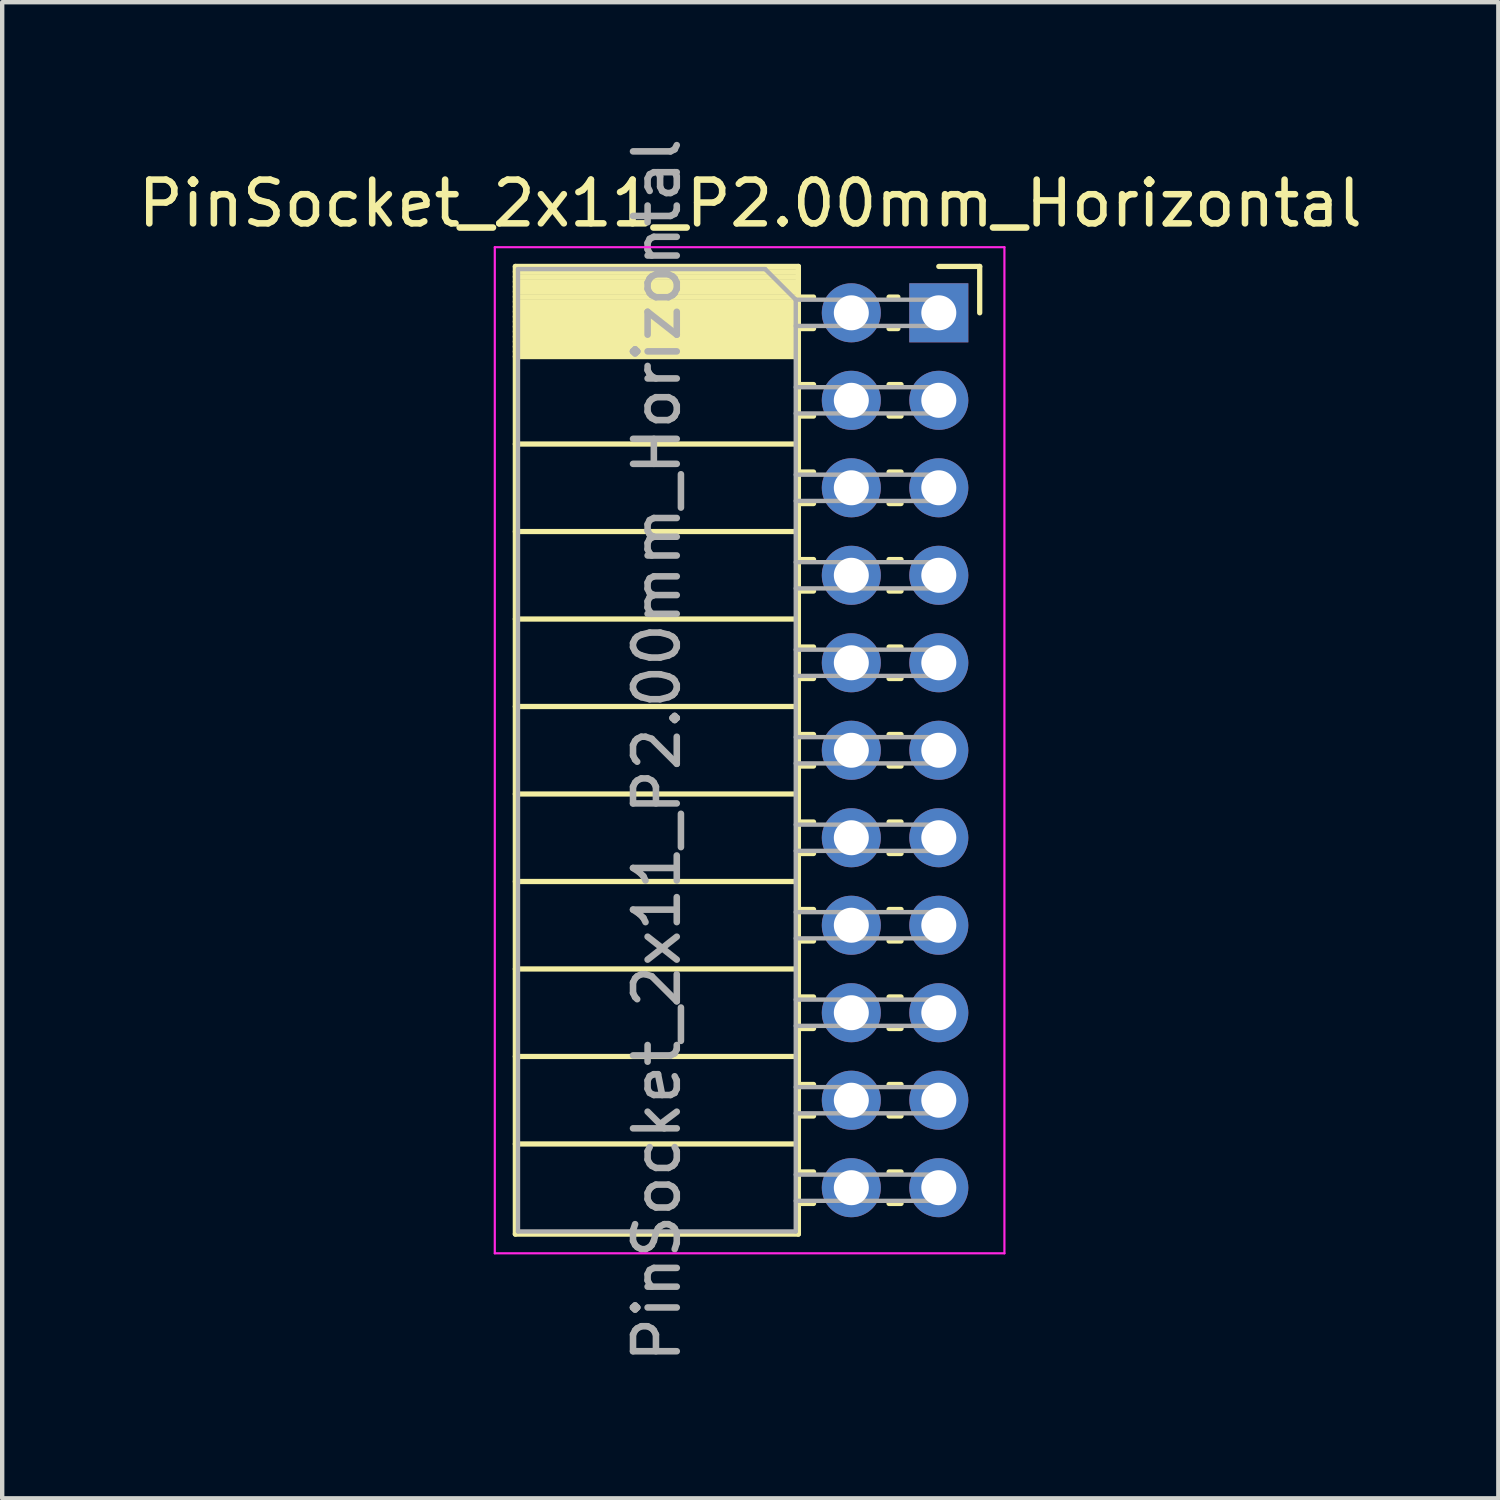
<source format=kicad_pcb>
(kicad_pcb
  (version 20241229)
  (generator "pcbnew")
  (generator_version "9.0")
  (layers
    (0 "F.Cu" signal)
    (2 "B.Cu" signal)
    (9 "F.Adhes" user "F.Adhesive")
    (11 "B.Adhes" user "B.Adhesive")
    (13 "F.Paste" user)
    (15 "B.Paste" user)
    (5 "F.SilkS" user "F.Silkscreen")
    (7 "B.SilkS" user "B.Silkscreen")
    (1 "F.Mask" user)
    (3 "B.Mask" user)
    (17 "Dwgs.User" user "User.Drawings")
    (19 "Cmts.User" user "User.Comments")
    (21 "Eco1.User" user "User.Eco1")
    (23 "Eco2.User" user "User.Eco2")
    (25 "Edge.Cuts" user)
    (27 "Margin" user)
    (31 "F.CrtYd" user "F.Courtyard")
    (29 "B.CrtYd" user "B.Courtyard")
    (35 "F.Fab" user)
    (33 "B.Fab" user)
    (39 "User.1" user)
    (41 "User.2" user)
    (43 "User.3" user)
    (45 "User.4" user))
  (footprint "PinSocket_2x11_P2.00mm_Horizontal"
    (layer "F.Cu")
    (at 18.411 4.101)
    (property "Reference" "PinSocket_2x11_P2.00mm_Horizontal" (at -4.31 -2.5 0) (layer "F.SilkS") (effects (font (size 1 1) (thickness 0.15))))
    (attr through_hole)
    (fp_line (start -9.68 -1.06) (end -9.68 21.06) (stroke (width 0.12) (type solid)) (layer "F.SilkS"))
    (fp_line (start -9.68 -1.06) (end -3.21 -1.06) (stroke (width 0.12) (type solid)) (layer "F.SilkS"))
    (fp_line (start -9.68 -0.94) (end -3.21 -0.94) (stroke (width 0.12) (type solid)) (layer "F.SilkS"))
    (fp_line (start -9.68 -0.826) (end -3.21 -0.826) (stroke (width 0.12) (type solid)) (layer "F.SilkS"))
    (fp_line (start -9.68 -0.712) (end -3.21 -0.712) (stroke (width 0.12) (type solid)) (layer "F.SilkS"))
    (fp_line (start -9.68 -0.598) (end -3.21 -0.598) (stroke (width 0.12) (type solid)) (layer "F.SilkS"))
    (fp_line (start -9.68 -0.484) (end -3.21 -0.484) (stroke (width 0.12) (type solid)) (layer "F.SilkS"))
    (fp_line (start -9.68 -0.369) (end -3.21 -0.369) (stroke (width 0.12) (type solid)) (layer "F.SilkS"))
    (fp_line (start -9.68 -0.255) (end -3.21 -0.255) (stroke (width 0.12) (type solid)) (layer "F.SilkS"))
    (fp_line (start -9.68 -0.141) (end -3.21 -0.141) (stroke (width 0.12) (type solid)) (layer "F.SilkS"))
    (fp_line (start -9.68 -0.027) (end -3.21 -0.027) (stroke (width 0.12) (type solid)) (layer "F.SilkS"))
    (fp_line (start -9.68 0.087) (end -3.21 0.087) (stroke (width 0.12) (type solid)) (layer "F.SilkS"))
    (fp_line (start -9.68 0.201) (end -3.21 0.201) (stroke (width 0.12) (type solid)) (layer "F.SilkS"))
    (fp_line (start -9.68 0.315) (end -3.21 0.315) (stroke (width 0.12) (type solid)) (layer "F.SilkS"))
    (fp_line (start -9.68 0.429) (end -3.21 0.429) (stroke (width 0.12) (type solid)) (layer "F.SilkS"))
    (fp_line (start -9.68 0.544) (end -3.21 0.544) (stroke (width 0.12) (type solid)) (layer "F.SilkS"))
    (fp_line (start -9.68 0.658) (end -3.21 0.658) (stroke (width 0.12) (type solid)) (layer "F.SilkS"))
    (fp_line (start -9.68 0.772) (end -3.21 0.772) (stroke (width 0.12) (type solid)) (layer "F.SilkS"))
    (fp_line (start -9.68 0.886) (end -3.21 0.886) (stroke (width 0.12) (type solid)) (layer "F.SilkS"))
    (fp_line (start -9.68 1) (end -3.21 1) (stroke (width 0.12) (type solid)) (layer "F.SilkS"))
    (fp_line (start -9.68 3) (end -3.21 3) (stroke (width 0.12) (type solid)) (layer "F.SilkS"))
    (fp_line (start -9.68 5) (end -3.21 5) (stroke (width 0.12) (type solid)) (layer "F.SilkS"))
    (fp_line (start -9.68 7) (end -3.21 7) (stroke (width 0.12) (type solid)) (layer "F.SilkS"))
    (fp_line (start -9.68 9) (end -3.21 9) (stroke (width 0.12) (type solid)) (layer "F.SilkS"))
    (fp_line (start -9.68 11) (end -3.21 11) (stroke (width 0.12) (type solid)) (layer "F.SilkS"))
    (fp_line (start -9.68 13) (end -3.21 13) (stroke (width 0.12) (type solid)) (layer "F.SilkS"))
    (fp_line (start -9.68 15) (end -3.21 15) (stroke (width 0.12) (type solid)) (layer "F.SilkS"))
    (fp_line (start -9.68 17) (end -3.21 17) (stroke (width 0.12) (type solid)) (layer "F.SilkS"))
    (fp_line (start -9.68 19) (end -3.21 19) (stroke (width 0.12) (type solid)) (layer "F.SilkS"))
    (fp_line (start -9.68 21.06) (end -3.21 21.06) (stroke (width 0.12) (type solid)) (layer "F.SilkS"))
    (fp_line (start -3.21 -1.06) (end -3.21 21.06) (stroke (width 0.12) (type solid)) (layer "F.SilkS"))
    (fp_line (start -3.21 -0.36) (end -2.863 -0.36) (stroke (width 0.12) (type solid)) (layer "F.SilkS"))
    (fp_line (start -3.21 0.36) (end -2.863 0.36) (stroke (width 0.12) (type solid)) (layer "F.SilkS"))
    (fp_line (start -3.21 1.64) (end -2.863 1.64) (stroke (width 0.12) (type solid)) (layer "F.SilkS"))
    (fp_line (start -3.21 2.36) (end -2.863 2.36) (stroke (width 0.12) (type solid)) (layer "F.SilkS"))
    (fp_line (start -3.21 3.64) (end -2.863 3.64) (stroke (width 0.12) (type solid)) (layer "F.SilkS"))
    (fp_line (start -3.21 4.36) (end -2.863 4.36) (stroke (width 0.12) (type solid)) (layer "F.SilkS"))
    (fp_line (start -3.21 5.64) (end -2.863 5.64) (stroke (width 0.12) (type solid)) (layer "F.SilkS"))
    (fp_line (start -3.21 6.36) (end -2.863 6.36) (stroke (width 0.12) (type solid)) (layer "F.SilkS"))
    (fp_line (start -3.21 7.64) (end -2.863 7.64) (stroke (width 0.12) (type solid)) (layer "F.SilkS"))
    (fp_line (start -3.21 8.36) (end -2.863 8.36) (stroke (width 0.12) (type solid)) (layer "F.SilkS"))
    (fp_line (start -3.21 9.64) (end -2.863 9.64) (stroke (width 0.12) (type solid)) (layer "F.SilkS"))
    (fp_line (start -3.21 10.36) (end -2.863 10.36) (stroke (width 0.12) (type solid)) (layer "F.SilkS"))
    (fp_line (start -3.21 11.64) (end -2.863 11.64) (stroke (width 0.12) (type solid)) (layer "F.SilkS"))
    (fp_line (start -3.21 12.36) (end -2.863 12.36) (stroke (width 0.12) (type solid)) (layer "F.SilkS"))
    (fp_line (start -3.21 13.64) (end -2.863 13.64) (stroke (width 0.12) (type solid)) (layer "F.SilkS"))
    (fp_line (start -3.21 14.36) (end -2.863 14.36) (stroke (width 0.12) (type solid)) (layer "F.SilkS"))
    (fp_line (start -3.21 15.64) (end -2.863 15.64) (stroke (width 0.12) (type solid)) (layer "F.SilkS"))
    (fp_line (start -3.21 16.36) (end -2.863 16.36) (stroke (width 0.12) (type solid)) (layer "F.SilkS"))
    (fp_line (start -3.21 17.64) (end -2.863 17.64) (stroke (width 0.12) (type solid)) (layer "F.SilkS"))
    (fp_line (start -3.21 18.36) (end -2.863 18.36) (stroke (width 0.12) (type solid)) (layer "F.SilkS"))
    (fp_line (start -3.21 19.64) (end -2.863 19.64) (stroke (width 0.12) (type solid)) (layer "F.SilkS"))
    (fp_line (start -3.21 20.36) (end -2.863 20.36) (stroke (width 0.12) (type solid)) (layer "F.SilkS"))
    (fp_line (start -1.137 -0.36) (end -0.935 -0.36) (stroke (width 0.12) (type solid)) (layer "F.SilkS"))
    (fp_line (start -1.137 0.36) (end -0.935 0.36) (stroke (width 0.12) (type solid)) (layer "F.SilkS"))
    (fp_line (start -1.137 1.64) (end -0.863 1.64) (stroke (width 0.12) (type solid)) (layer "F.SilkS"))
    (fp_line (start -1.137 2.36) (end -0.863 2.36) (stroke (width 0.12) (type solid)) (layer "F.SilkS"))
    (fp_line (start -1.137 3.64) (end -0.863 3.64) (stroke (width 0.12) (type solid)) (layer "F.SilkS"))
    (fp_line (start -1.137 4.36) (end -0.863 4.36) (stroke (width 0.12) (type solid)) (layer "F.SilkS"))
    (fp_line (start -1.137 5.64) (end -0.863 5.64) (stroke (width 0.12) (type solid)) (layer "F.SilkS"))
    (fp_line (start -1.137 6.36) (end -0.863 6.36) (stroke (width 0.12) (type solid)) (layer "F.SilkS"))
    (fp_line (start -1.137 7.64) (end -0.863 7.64) (stroke (width 0.12) (type solid)) (layer "F.SilkS"))
    (fp_line (start -1.137 8.36) (end -0.863 8.36) (stroke (width 0.12) (type solid)) (layer "F.SilkS"))
    (fp_line (start -1.137 9.64) (end -0.863 9.64) (stroke (width 0.12) (type solid)) (layer "F.SilkS"))
    (fp_line (start -1.137 10.36) (end -0.863 10.36) (stroke (width 0.12) (type solid)) (layer "F.SilkS"))
    (fp_line (start -1.137 11.64) (end -0.863 11.64) (stroke (width 0.12) (type solid)) (layer "F.SilkS"))
    (fp_line (start -1.137 12.36) (end -0.863 12.36) (stroke (width 0.12) (type solid)) (layer "F.SilkS"))
    (fp_line (start -1.137 13.64) (end -0.863 13.64) (stroke (width 0.12) (type solid)) (layer "F.SilkS"))
    (fp_line (start -1.137 14.36) (end -0.863 14.36) (stroke (width 0.12) (type solid)) (layer "F.SilkS"))
    (fp_line (start -1.137 15.64) (end -0.863 15.64) (stroke (width 0.12) (type solid)) (layer "F.SilkS"))
    (fp_line (start -1.137 16.36) (end -0.863 16.36) (stroke (width 0.12) (type solid)) (layer "F.SilkS"))
    (fp_line (start -1.137 17.64) (end -0.863 17.64) (stroke (width 0.12) (type solid)) (layer "F.SilkS"))
    (fp_line (start -1.137 18.36) (end -0.863 18.36) (stroke (width 0.12) (type solid)) (layer "F.SilkS"))
    (fp_line (start -1.137 19.64) (end -0.863 19.64) (stroke (width 0.12) (type solid)) (layer "F.SilkS"))
    (fp_line (start -1.137 20.36) (end -0.863 20.36) (stroke (width 0.12) (type solid)) (layer "F.SilkS"))
    (fp_line (start 0 -1.06) (end 0.935 -1.06) (stroke (width 0.12) (type solid)) (layer "F.SilkS"))
    (fp_line (start 0.935 -1.06) (end 0.935 0) (stroke (width 0.12) (type solid)) (layer "F.SilkS"))
    (fp_line (start -10.15 -1.5) (end -10.15 21.5) (stroke (width 0.05) (type solid)) (layer "F.CrtYd"))
    (fp_line (start -10.15 21.5) (end 1.5 21.5) (stroke (width 0.05) (type solid)) (layer "F.CrtYd"))
    (fp_line (start 1.5 -1.5) (end -10.15 -1.5) (stroke (width 0.05) (type solid)) (layer "F.CrtYd"))
    (fp_line (start 1.5 21.5) (end 1.5 -1.5) (stroke (width 0.05) (type solid)) (layer "F.CrtYd"))
    (fp_line (start -9.62 -1) (end -3.97 -1) (stroke (width 0.1) (type solid)) (layer "F.Fab"))
    (fp_line (start -9.62 21) (end -9.62 -1) (stroke (width 0.1) (type solid)) (layer "F.Fab"))
    (fp_line (start -3.97 -1) (end -3.27 -0.3) (stroke (width 0.1) (type solid)) (layer "F.Fab"))
    (fp_line (start -3.27 -0.3) (end -3.27 21) (stroke (width 0.1) (type solid)) (layer "F.Fab"))
    (fp_line (start -3.27 0.3) (end 0 0.3) (stroke (width 0.1) (type solid)) (layer "F.Fab"))
    (fp_line (start -3.27 2.3) (end 0 2.3) (stroke (width 0.1) (type solid)) (layer "F.Fab"))
    (fp_line (start -3.27 4.3) (end 0 4.3) (stroke (width 0.1) (type solid)) (layer "F.Fab"))
    (fp_line (start -3.27 6.3) (end 0 6.3) (stroke (width 0.1) (type solid)) (layer "F.Fab"))
    (fp_line (start -3.27 8.3) (end 0 8.3) (stroke (width 0.1) (type solid)) (layer "F.Fab"))
    (fp_line (start -3.27 10.3) (end 0 10.3) (stroke (width 0.1) (type solid)) (layer "F.Fab"))
    (fp_line (start -3.27 12.3) (end 0 12.3) (stroke (width 0.1) (type solid)) (layer "F.Fab"))
    (fp_line (start -3.27 14.3) (end 0 14.3) (stroke (width 0.1) (type solid)) (layer "F.Fab"))
    (fp_line (start -3.27 16.3) (end 0 16.3) (stroke (width 0.1) (type solid)) (layer "F.Fab"))
    (fp_line (start -3.27 18.3) (end 0 18.3) (stroke (width 0.1) (type solid)) (layer "F.Fab"))
    (fp_line (start -3.27 20.3) (end 0 20.3) (stroke (width 0.1) (type solid)) (layer "F.Fab"))
    (fp_line (start -3.27 21) (end -9.62 21) (stroke (width 0.1) (type solid)) (layer "F.Fab"))
    (fp_line (start 0 -0.3) (end -3.27 -0.3) (stroke (width 0.1) (type solid)) (layer "F.Fab"))
    (fp_line (start 0 0.3) (end 0 -0.3) (stroke (width 0.1) (type solid)) (layer "F.Fab"))
    (fp_line (start 0 1.7) (end -3.27 1.7) (stroke (width 0.1) (type solid)) (layer "F.Fab"))
    (fp_line (start 0 2.3) (end 0 1.7) (stroke (width 0.1) (type solid)) (layer "F.Fab"))
    (fp_line (start 0 3.7) (end -3.27 3.7) (stroke (width 0.1) (type solid)) (layer "F.Fab"))
    (fp_line (start 0 4.3) (end 0 3.7) (stroke (width 0.1) (type solid)) (layer "F.Fab"))
    (fp_line (start 0 5.7) (end -3.27 5.7) (stroke (width 0.1) (type solid)) (layer "F.Fab"))
    (fp_line (start 0 6.3) (end 0 5.7) (stroke (width 0.1) (type solid)) (layer "F.Fab"))
    (fp_line (start 0 7.7) (end -3.27 7.7) (stroke (width 0.1) (type solid)) (layer "F.Fab"))
    (fp_line (start 0 8.3) (end 0 7.7) (stroke (width 0.1) (type solid)) (layer "F.Fab"))
    (fp_line (start 0 9.7) (end -3.27 9.7) (stroke (width 0.1) (type solid)) (layer "F.Fab"))
    (fp_line (start 0 10.3) (end 0 9.7) (stroke (width 0.1) (type solid)) (layer "F.Fab"))
    (fp_line (start 0 11.7) (end -3.27 11.7) (stroke (width 0.1) (type solid)) (layer "F.Fab"))
    (fp_line (start 0 12.3) (end 0 11.7) (stroke (width 0.1) (type solid)) (layer "F.Fab"))
    (fp_line (start 0 13.7) (end -3.27 13.7) (stroke (width 0.1) (type solid)) (layer "F.Fab"))
    (fp_line (start 0 14.3) (end 0 13.7) (stroke (width 0.1) (type solid)) (layer "F.Fab"))
    (fp_line (start 0 15.7) (end -3.27 15.7) (stroke (width 0.1) (type solid)) (layer "F.Fab"))
    (fp_line (start 0 16.3) (end 0 15.7) (stroke (width 0.1) (type solid)) (layer "F.Fab"))
    (fp_line (start 0 17.7) (end -3.27 17.7) (stroke (width 0.1) (type solid)) (layer "F.Fab"))
    (fp_line (start 0 18.3) (end 0 17.7) (stroke (width 0.1) (type solid)) (layer "F.Fab"))
    (fp_line (start 0 19.7) (end -3.27 19.7) (stroke (width 0.1) (type solid)) (layer "F.Fab"))
    (fp_line (start 0 20.3) (end 0 19.7) (stroke (width 0.1) (type solid)) (layer "F.Fab"))
    (fp_text user "${REFERENCE}" (at -6.445 10 90) (layer "F.Fab") (effects (font (size 1 1) (thickness 0.15))))
    (pad "1" thru_hole rect (at 0 0) (size 1.35 1.35) (drill 0.8) (layers "*.Cu" "*.Mask"))
    (pad "2" thru_hole circle (at -2 0) (size 1.35 1.35) (drill 0.8) (layers "*.Cu" "*.Mask"))
    (pad "3" thru_hole circle (at 0 2) (size 1.35 1.35) (drill 0.8) (layers "*.Cu" "*.Mask"))
    (pad "4" thru_hole circle (at -2 2) (size 1.35 1.35) (drill 0.8) (layers "*.Cu" "*.Mask"))
    (pad "5" thru_hole circle (at 0 4) (size 1.35 1.35) (drill 0.8) (layers "*.Cu" "*.Mask"))
    (pad "6" thru_hole circle (at -2 4) (size 1.35 1.35) (drill 0.8) (layers "*.Cu" "*.Mask"))
    (pad "7" thru_hole circle (at 0 6) (size 1.35 1.35) (drill 0.8) (layers "*.Cu" "*.Mask"))
    (pad "8" thru_hole circle (at -2 6) (size 1.35 1.35) (drill 0.8) (layers "*.Cu" "*.Mask"))
    (pad "9" thru_hole circle (at 0 8) (size 1.35 1.35) (drill 0.8) (layers "*.Cu" "*.Mask"))
    (pad "10" thru_hole circle (at -2 8) (size 1.35 1.35) (drill 0.8) (layers "*.Cu" "*.Mask"))
    (pad "11" thru_hole circle (at 0 10) (size 1.35 1.35) (drill 0.8) (layers "*.Cu" "*.Mask"))
    (pad "12" thru_hole circle (at -2 10) (size 1.35 1.35) (drill 0.8) (layers "*.Cu" "*.Mask"))
    (pad "13" thru_hole circle (at 0 12) (size 1.35 1.35) (drill 0.8) (layers "*.Cu" "*.Mask"))
    (pad "14" thru_hole circle (at -2 12) (size 1.35 1.35) (drill 0.8) (layers "*.Cu" "*.Mask"))
    (pad "15" thru_hole circle (at 0 14) (size 1.35 1.35) (drill 0.8) (layers "*.Cu" "*.Mask"))
    (pad "16" thru_hole circle (at -2 14) (size 1.35 1.35) (drill 0.8) (layers "*.Cu" "*.Mask"))
    (pad "17" thru_hole circle (at 0 16) (size 1.35 1.35) (drill 0.8) (layers "*.Cu" "*.Mask"))
    (pad "18" thru_hole circle (at -2 16) (size 1.35 1.35) (drill 0.8) (layers "*.Cu" "*.Mask"))
    (pad "19" thru_hole circle (at 0 18) (size 1.35 1.35) (drill 0.8) (layers "*.Cu" "*.Mask"))
    (pad "20" thru_hole circle (at -2 18) (size 1.35 1.35) (drill 0.8) (layers "*.Cu" "*.Mask"))
    (pad "21" thru_hole circle (at 0 20) (size 1.35 1.35) (drill 0.8) (layers "*.Cu" "*.Mask"))
    (pad "22" thru_hole circle (at -2 20) (size 1.35 1.35) (drill 0.8) (layers "*.Cu" "*.Mask")))
  (gr_rect
    (start -3 -3)
    (end 31.202 31.202)
    (stroke (width 0.1) (type default))
    (fill no)
    (layer "Edge.Cuts")))
</source>
